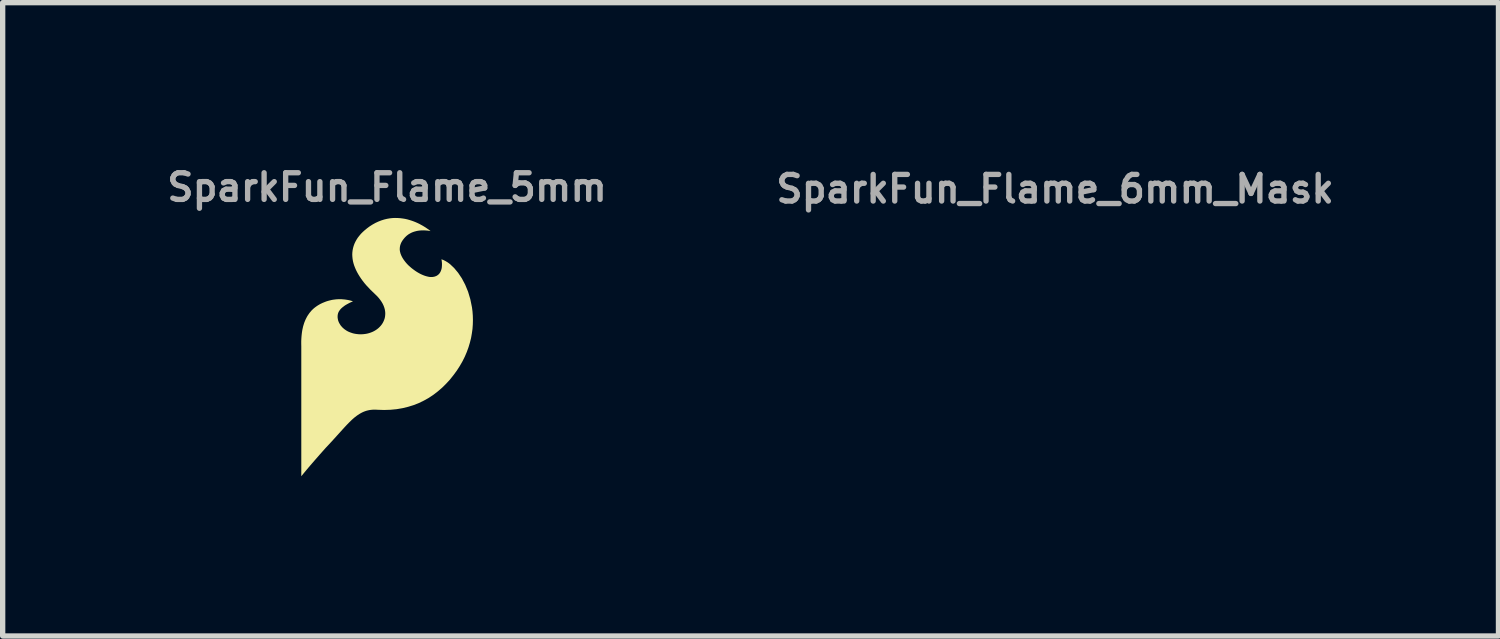
<source format=kicad_pcb>
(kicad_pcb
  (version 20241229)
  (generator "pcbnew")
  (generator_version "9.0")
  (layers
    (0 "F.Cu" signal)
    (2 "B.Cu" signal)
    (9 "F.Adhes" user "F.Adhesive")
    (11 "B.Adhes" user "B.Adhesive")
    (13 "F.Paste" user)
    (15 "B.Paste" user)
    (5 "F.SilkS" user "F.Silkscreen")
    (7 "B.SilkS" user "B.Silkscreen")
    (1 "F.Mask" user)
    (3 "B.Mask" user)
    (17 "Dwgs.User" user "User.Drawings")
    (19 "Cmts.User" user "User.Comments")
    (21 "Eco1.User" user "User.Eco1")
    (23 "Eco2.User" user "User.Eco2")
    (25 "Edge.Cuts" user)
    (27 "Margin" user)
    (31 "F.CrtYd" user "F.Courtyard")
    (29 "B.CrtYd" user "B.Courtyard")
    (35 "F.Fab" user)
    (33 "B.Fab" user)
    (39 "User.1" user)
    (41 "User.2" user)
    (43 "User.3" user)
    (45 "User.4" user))
  (footprint "SparkFun_Flame_6mm_Mask"
    (layer "F.Cu")
    (at 19.136 2.91)
    (property "Reference" "SparkFun_Flame_6mm_Mask" (at -2.372 -2.411 0) (layer "F.Fab") (effects (font (size 0.5 0.5) (thickness 0.1))))
    (attr board_only exclude_from_pos_files exclude_from_bom)
    (fp_poly (pts (xy 0.237 -2.909) (xy 0.294 -2.905) (xy 0.35 -2.899) (xy 0.404 -2.889) (xy 0.457 -2.877) (xy 0.508 -2.863) (xy 0.557 -2.848) (xy 0.604 -2.831) (xy 0.648 -2.813) (xy 0.691 -2.794) (xy 0.731 -2.774) (xy 0.803 -2.735) (xy 0.864 -2.698) (xy 0.914 -2.664) (xy 0.95 -2.638) (xy 0.98 -2.613) (xy 0.964 -2.617) (xy 0.919 -2.624) (xy 0.889 -2.627) (xy 0.853 -2.63) (xy 0.813 -2.631) (xy 0.77 -2.629) (xy 0.724 -2.625) (xy 0.677 -2.618) (xy 0.629 -2.607) (xy 0.605 -2.599) (xy 0.58 -2.591) (xy 0.556 -2.581) (xy 0.532 -2.569) (xy 0.509 -2.557) (xy 0.486 -2.542) (xy 0.463 -2.526) (xy 0.441 -2.509) (xy 0.42 -2.489) (xy 0.399 -2.468) (xy 0.374 -2.438) (xy 0.351 -2.408) (xy 0.332 -2.378) (xy 0.316 -2.347) (xy 0.309 -2.331) (xy 0.303 -2.315) (xy 0.298 -2.299) (xy 0.294 -2.283) (xy 0.29 -2.266) (xy 0.288 -2.249) (xy 0.286 -2.233) (xy 0.286 -2.216) (xy 0.286 -2.198) (xy 0.287 -2.181) (xy 0.29 -2.163) (xy 0.293 -2.145) (xy 0.297 -2.127) (xy 0.303 -2.109) (xy 0.309 -2.09) (xy 0.317 -2.072) (xy 0.325 -2.053) (xy 0.335 -2.033) (xy 0.346 -2.014) (xy 0.358 -1.994) (xy 0.371 -1.974) (xy 0.385 -1.954) (xy 0.417 -1.912) (xy 0.446 -1.879) (xy 0.479 -1.845) (xy 0.514 -1.812) (xy 0.552 -1.78) (xy 0.591 -1.749) (xy 0.632 -1.72) (xy 0.675 -1.692) (xy 0.718 -1.667) (xy 0.761 -1.645) (xy 0.805 -1.625) (xy 0.848 -1.608) (xy 0.89 -1.595) (xy 0.931 -1.585) (xy 0.951 -1.582) (xy 0.971 -1.58) (xy 0.99 -1.579) (xy 1.009 -1.579) (xy 1.027 -1.58) (xy 1.044 -1.582) (xy 1.068 -1.588) (xy 1.09 -1.595) (xy 1.11 -1.603) (xy 1.128 -1.613) (xy 1.144 -1.625) (xy 1.159 -1.637) (xy 1.172 -1.65) (xy 1.184 -1.665) (xy 1.194 -1.68) (xy 1.203 -1.696) (xy 1.211 -1.712) (xy 1.217 -1.729) (xy 1.223 -1.746) (xy 1.227 -1.764) (xy 1.231 -1.781) (xy 1.233 -1.799) (xy 1.237 -1.833) (xy 1.237 -1.866) (xy 1.236 -1.897) (xy 1.234 -1.924) (xy 1.231 -1.947) (xy 1.228 -1.964) (xy 1.225 -1.979) (xy 1.273 -1.961) (xy 1.322 -1.936) (xy 1.37 -1.906) (xy 1.418 -1.869) (xy 1.512 -1.781) (xy 1.602 -1.673) (xy 1.686 -1.547) (xy 1.761 -1.405) (xy 1.825 -1.248) (xy 1.876 -1.078) (xy 1.912 -0.898) (xy 1.924 -0.804) (xy 1.932 -0.708) (xy 1.934 -0.61) (xy 1.932 -0.51) (xy 1.924 -0.409) (xy 1.911 -0.307) (xy 1.892 -0.203) (xy 1.867 -0.099) (xy 1.835 0.005) (xy 1.797 0.11) (xy 1.751 0.215) (xy 1.699 0.32) (xy 1.639 0.425) (xy 1.572 0.529) (xy 1.495 0.634) (xy 1.414 0.734) (xy 1.329 0.828) (xy 1.239 0.916) (xy 1.144 0.999) (xy 1.045 1.074) (xy 0.941 1.143) (xy 0.832 1.205) (xy 0.719 1.26) (xy 0.6 1.306) (xy 0.477 1.345) (xy 0.349 1.376) (xy 0.215 1.399) (xy 0.077 1.412) (xy -0.067 1.417) (xy -0.215 1.412) (xy -0.255 1.41) (xy -0.293 1.41) (xy -0.329 1.411) (xy -0.365 1.415) (xy -0.4 1.42) (xy -0.433 1.427) (xy -0.466 1.436) (xy -0.498 1.446) (xy -0.529 1.458) (xy -0.56 1.472) (xy -0.59 1.488) (xy -0.62 1.505) (xy -0.678 1.543) (xy -0.735 1.588) (xy -0.793 1.638) (xy -0.851 1.694) (xy -0.91 1.755) (xy -0.971 1.82) (xy -1.247 2.125) (xy -1.383 2.272) (xy -1.511 2.414) (xy -1.627 2.547) (xy -1.729 2.666) (xy -1.814 2.766) (xy -1.878 2.843) (xy -1.933 2.91) (xy -1.933 -0.02) (xy -1.934 -0.078) (xy -1.934 -0.134) (xy -1.932 -0.188) (xy -1.929 -0.24) (xy -1.924 -0.29) (xy -1.917 -0.337) (xy -1.91 -0.383) (xy -1.901 -0.427) (xy -1.891 -0.469) (xy -1.879 -0.509) (xy -1.867 -0.547) (xy -1.853 -0.584) (xy -1.838 -0.619) (xy -1.822 -0.652) (xy -1.805 -0.683) (xy -1.787 -0.714) (xy -1.768 -0.742) (xy -1.748 -0.769) (xy -1.727 -0.795) (xy -1.706 -0.819) (xy -1.683 -0.842) (xy -1.66 -0.864) (xy -1.637 -0.884) (xy -1.612 -0.904) (xy -1.587 -0.922) (xy -1.561 -0.939) (xy -1.535 -0.954) (xy -1.508 -0.969) (xy -1.453 -0.996) (xy -1.397 -1.019) (xy -1.365 -1.031) (xy -1.334 -1.041) (xy -1.303 -1.049) (xy -1.272 -1.057) (xy -1.242 -1.063) (xy -1.212 -1.068) (xy -1.183 -1.072) (xy -1.155 -1.075) (xy -1.127 -1.077) (xy -1.1 -1.079) (xy -1.074 -1.079) (xy -1.048 -1.079) (xy -1.024 -1.078) (xy -1 -1.077) (xy -0.955 -1.073) (xy -0.914 -1.067) (xy -0.877 -1.06) (xy -0.845 -1.053) (xy -0.818 -1.046) (xy -0.797 -1.04) (xy -0.781 -1.035) (xy -0.768 -1.03) (xy -0.808 -1.014) (xy -0.851 -0.994) (xy -0.876 -0.981) (xy -0.903 -0.966) (xy -0.93 -0.95) (xy -0.957 -0.932) (xy -0.985 -0.913) (xy -1.011 -0.891) (xy -1.035 -0.869) (xy -1.046 -0.857) (xy -1.057 -0.845) (xy -1.067 -0.832) (xy -1.076 -0.819) (xy -1.085 -0.806) (xy -1.092 -0.792) (xy -1.099 -0.775) (xy -1.105 -0.758) (xy -1.11 -0.741) (xy -1.113 -0.723) (xy -1.115 -0.704) (xy -1.115 -0.686) (xy -1.115 -0.667) (xy -1.113 -0.647) (xy -1.109 -0.628) (xy -1.105 -0.609) (xy -1.099 -0.589) (xy -1.092 -0.57) (xy -1.083 -0.551) (xy -1.073 -0.532) (xy -1.062 -0.513) (xy -1.05 -0.495) (xy -1.036 -0.477) (xy -1.022 -0.459) (xy -1.005 -0.442) (xy -0.988 -0.425) (xy -0.969 -0.41) (xy -0.95 -0.394) (xy -0.928 -0.38) (xy -0.906 -0.366) (xy -0.882 -0.353) (xy -0.858 -0.342) (xy -0.831 -0.331) (xy -0.804 -0.321) (xy -0.776 -0.312) (xy -0.746 -0.305) (xy -0.715 -0.299) (xy -0.683 -0.294) (xy -0.635 -0.289) (xy -0.588 -0.288) (xy -0.542 -0.29) (xy -0.497 -0.295) (xy -0.454 -0.303) (xy -0.412 -0.313) (xy -0.371 -0.326) (xy -0.332 -0.342) (xy -0.294 -0.36) (xy -0.259 -0.381) (xy -0.226 -0.404) (xy -0.195 -0.428) (xy -0.166 -0.455) (xy -0.14 -0.484) (xy -0.117 -0.515) (xy -0.096 -0.547) (xy -0.079 -0.581) (xy -0.064 -0.616) (xy -0.053 -0.652) (xy -0.046 -0.69) (xy -0.041 -0.729) (xy -0.041 -0.769) (xy -0.044 -0.809) (xy -0.052 -0.851) (xy -0.064 -0.893) (xy -0.08 -0.935) (xy -0.1 -0.978) (xy -0.125 -1.021) (xy -0.155 -1.065) (xy -0.189 -1.109) (xy -0.229 -1.152) (xy -0.274 -1.196) (xy -0.375 -1.292) (xy -0.466 -1.39) (xy -0.508 -1.439) (xy -0.547 -1.489) (xy -0.584 -1.539) (xy -0.617 -1.589) (xy -0.648 -1.639) (xy -0.676 -1.689) (xy -0.701 -1.739) (xy -0.723 -1.789) (xy -0.741 -1.839) (xy -0.757 -1.889) (xy -0.769 -1.939) (xy -0.778 -1.988) (xy -0.783 -2.037) (xy -0.784 -2.086) (xy -0.782 -2.135) (xy -0.777 -2.183) (xy -0.767 -2.231) (xy -0.754 -2.279) (xy -0.737 -2.326) (xy -0.716 -2.372) (xy -0.69 -2.418) (xy -0.661 -2.464) (xy -0.627 -2.508) (xy -0.589 -2.552) (xy -0.546 -2.595) (xy -0.499 -2.638) (xy -0.448 -2.679) (xy -0.392 -2.72) (xy -0.326 -2.762) (xy -0.261 -2.798) (xy -0.196 -2.829) (xy -0.132 -2.854) (xy -0.068 -2.874) (xy -0.005 -2.89) (xy 0.057 -2.9) (xy 0.118 -2.907) (xy 0.178 -2.91)) (stroke (width -0.000001) (type solid)) (fill yes) (layer "F.Mask")))
  (footprint "SparkFun_Flame_5mm"
    (layer "F.Cu")
    (at 4.219 3.468)
    (property "Reference" "SparkFun_Flame_5mm" (at 0 -3 0) (layer "F.Fab") (effects (font (size 0.5 0.5) (thickness 0.1))))
    (attr board_only exclude_from_pos_files exclude_from_bom)
    (fp_poly (pts (xy 0.197 -2.424) (xy 0.245 -2.421) (xy 0.292 -2.415) (xy 0.337 -2.408) (xy 0.381 -2.398) (xy 0.423 -2.386) (xy 0.464 -2.373) (xy 0.503 -2.359) (xy 0.54 -2.344) (xy 0.576 -2.328) (xy 0.609 -2.312) (xy 0.669 -2.279) (xy 0.72 -2.248) (xy 0.761 -2.22) (xy 0.792 -2.198) (xy 0.817 -2.178) (xy 0.803 -2.181) (xy 0.766 -2.187) (xy 0.74 -2.189) (xy 0.711 -2.191) (xy 0.678 -2.192) (xy 0.642 -2.191) (xy 0.604 -2.188) (xy 0.564 -2.182) (xy 0.524 -2.172) (xy 0.504 -2.166) (xy 0.484 -2.159) (xy 0.464 -2.151) (xy 0.444 -2.141) (xy 0.424 -2.13) (xy 0.405 -2.119) (xy 0.386 -2.105) (xy 0.368 -2.091) (xy 0.35 -2.074) (xy 0.333 -2.057) (xy 0.312 -2.032) (xy 0.293 -2.007) (xy 0.277 -1.982) (xy 0.263 -1.956) (xy 0.258 -1.943) (xy 0.253 -1.929) (xy 0.248 -1.916) (xy 0.245 -1.902) (xy 0.242 -1.888) (xy 0.24 -1.875) (xy 0.239 -1.861) (xy 0.238 -1.846) (xy 0.238 -1.832) (xy 0.239 -1.817) (xy 0.241 -1.803) (xy 0.244 -1.788) (xy 0.248 -1.773) (xy 0.252 -1.757) (xy 0.258 -1.742) (xy 0.264 -1.726) (xy 0.271 -1.711) (xy 0.279 -1.695) (xy 0.288 -1.678) (xy 0.298 -1.662) (xy 0.309 -1.645) (xy 0.321 -1.628) (xy 0.347 -1.594) (xy 0.372 -1.565) (xy 0.399 -1.537) (xy 0.429 -1.51) (xy 0.46 -1.483) (xy 0.493 -1.458) (xy 0.527 -1.433) (xy 0.562 -1.41) (xy 0.598 -1.389) (xy 0.634 -1.37) (xy 0.67 -1.354) (xy 0.706 -1.34) (xy 0.742 -1.329) (xy 0.776 -1.321) (xy 0.793 -1.318) (xy 0.809 -1.316) (xy 0.825 -1.316) (xy 0.841 -1.316) (xy 0.856 -1.317) (xy 0.87 -1.319) (xy 0.89 -1.323) (xy 0.908 -1.329) (xy 0.925 -1.336) (xy 0.94 -1.344) (xy 0.953 -1.354) (xy 0.966 -1.364) (xy 0.977 -1.375) (xy 0.986 -1.387) (xy 0.995 -1.4) (xy 1.002 -1.413) (xy 1.009 -1.427) (xy 1.014 -1.441) (xy 1.019 -1.455) (xy 1.023 -1.47) (xy 1.026 -1.485) (xy 1.028 -1.499) (xy 1.03 -1.528) (xy 1.031 -1.555) (xy 1.03 -1.581) (xy 1.028 -1.603) (xy 1.026 -1.622) (xy 1.023 -1.637) (xy 1.021 -1.649) (xy 1.061 -1.634) (xy 1.101 -1.613) (xy 1.142 -1.588) (xy 1.182 -1.558) (xy 1.26 -1.484) (xy 1.335 -1.394) (xy 1.405 -1.289) (xy 1.467 -1.171) (xy 1.521 -1.04) (xy 1.563 -0.899) (xy 1.594 -0.748) (xy 1.604 -0.67) (xy 1.61 -0.59) (xy 1.612 -0.508) (xy 1.61 -0.425) (xy 1.604 -0.341) (xy 1.592 -0.256) (xy 1.577 -0.17) (xy 1.555 -0.083) (xy 1.529 0.004) (xy 1.497 0.092) (xy 1.46 0.179) (xy 1.416 0.267) (xy 1.366 0.354) (xy 1.31 0.441) (xy 1.246 0.528) (xy 1.179 0.612) (xy 1.107 0.69) (xy 1.032 0.764) (xy 0.953 0.832) (xy 0.871 0.895) (xy 0.784 0.953) (xy 0.693 1.004) (xy 0.599 1.05) (xy 0.5 1.089) (xy 0.397 1.121) (xy 0.29 1.147) (xy 0.179 1.166) (xy 0.064 1.177) (xy -0.056 1.181) (xy -0.179 1.177) (xy -0.212 1.175) (xy -0.244 1.175) (xy -0.275 1.176) (xy -0.304 1.179) (xy -0.333 1.183) (xy -0.361 1.189) (xy -0.388 1.196) (xy -0.415 1.205) (xy -0.441 1.215) (xy -0.467 1.227) (xy -0.492 1.24) (xy -0.516 1.254) (xy -0.565 1.286) (xy -0.613 1.323) (xy -0.661 1.365) (xy -0.709 1.412) (xy -0.758 1.462) (xy -0.809 1.517) (xy -1.039 1.771) (xy -1.153 1.893) (xy -1.259 2.012) (xy -1.356 2.123) (xy -1.441 2.221) (xy -1.512 2.305) (xy -1.565 2.369) (xy -1.611 2.425) (xy -1.611 -0.017) (xy -1.612 -0.065) (xy -1.612 -0.112) (xy -1.61 -0.157) (xy -1.607 -0.2) (xy -1.603 -0.241) (xy -1.598 -0.281) (xy -1.592 -0.319) (xy -1.584 -0.356) (xy -1.576 -0.391) (xy -1.566 -0.424) (xy -1.556 -0.456) (xy -1.544 -0.486) (xy -1.532 -0.515) (xy -1.518 -0.543) (xy -1.504 -0.57) (xy -1.489 -0.595) (xy -1.473 -0.618) (xy -1.457 -0.641) (xy -1.439 -0.662) (xy -1.422 -0.683) (xy -1.403 -0.702) (xy -1.384 -0.72) (xy -1.364 -0.737) (xy -1.343 -0.753) (xy -1.322 -0.768) (xy -1.301 -0.782) (xy -1.279 -0.795) (xy -1.257 -0.808) (xy -1.211 -0.83) (xy -1.164 -0.849) (xy -1.137 -0.859) (xy -1.111 -0.867) (xy -1.085 -0.874) (xy -1.06 -0.88) (xy -1.035 -0.886) (xy -1.01 -0.89) (xy -0.986 -0.893) (xy -0.963 -0.896) (xy -0.939 -0.898) (xy -0.917 -0.899) (xy -0.895 -0.899) (xy -0.874 -0.899) (xy -0.853 -0.899) (xy -0.833 -0.897) (xy -0.796 -0.894) (xy -0.762 -0.889) (xy -0.731 -0.884) (xy -0.704 -0.878) (xy -0.682 -0.872) (xy -0.664 -0.867) (xy -0.651 -0.862) (xy -0.64 -0.858) (xy -0.674 -0.845) (xy -0.709 -0.828) (xy -0.73 -0.817) (xy -0.752 -0.805) (xy -0.775 -0.792) (xy -0.798 -0.777) (xy -0.82 -0.76) (xy -0.842 -0.743) (xy -0.863 -0.724) (xy -0.872 -0.714) (xy -0.881 -0.704) (xy -0.889 -0.693) (xy -0.897 -0.682) (xy -0.904 -0.671) (xy -0.91 -0.66) (xy -0.916 -0.646) (xy -0.921 -0.632) (xy -0.925 -0.617) (xy -0.927 -0.602) (xy -0.929 -0.587) (xy -0.929 -0.571) (xy -0.929 -0.556) (xy -0.927 -0.54) (xy -0.924 -0.523) (xy -0.921 -0.507) (xy -0.916 -0.491) (xy -0.91 -0.475) (xy -0.903 -0.459) (xy -0.894 -0.443) (xy -0.885 -0.428) (xy -0.875 -0.412) (xy -0.864 -0.397) (xy -0.851 -0.383) (xy -0.838 -0.368) (xy -0.823 -0.355) (xy -0.808 -0.341) (xy -0.791 -0.329) (xy -0.774 -0.317) (xy -0.755 -0.305) (xy -0.735 -0.294) (xy -0.715 -0.285) (xy -0.693 -0.276) (xy -0.67 -0.268) (xy -0.646 -0.26) (xy -0.622 -0.254) (xy -0.596 -0.249) (xy -0.569 -0.245) (xy -0.529 -0.241) (xy -0.49 -0.24) (xy -0.452 -0.242) (xy -0.415 -0.246) (xy -0.378 -0.252) (xy -0.343 -0.261) (xy -0.309 -0.272) (xy -0.276 -0.285) (xy -0.245 -0.3) (xy -0.216 -0.317) (xy -0.188 -0.336) (xy -0.162 -0.357) (xy -0.139 -0.379) (xy -0.117 -0.403) (xy -0.097 -0.429) (xy -0.08 -0.456) (xy -0.066 -0.484) (xy -0.054 -0.513) (xy -0.044 -0.544) (xy -0.038 -0.575) (xy -0.035 -0.607) (xy -0.034 -0.64) (xy -0.037 -0.674) (xy -0.043 -0.709) (xy -0.053 -0.744) (xy -0.066 -0.779) (xy -0.083 -0.815) (xy -0.104 -0.851) (xy -0.129 -0.887) (xy -0.158 -0.924) (xy -0.191 -0.96) (xy -0.228 -0.996) (xy -0.312 -1.077) (xy -0.388 -1.158) (xy -0.423 -1.199) (xy -0.456 -1.241) (xy -0.486 -1.282) (xy -0.514 -1.324) (xy -0.54 -1.366) (xy -0.563 -1.407) (xy -0.584 -1.449) (xy -0.602 -1.491) (xy -0.618 -1.532) (xy -0.631 -1.574) (xy -0.641 -1.615) (xy -0.648 -1.657) (xy -0.652 -1.698) (xy -0.654 -1.739) (xy -0.652 -1.779) (xy -0.647 -1.82) (xy -0.639 -1.86) (xy -0.628 -1.899) (xy -0.614 -1.938) (xy -0.596 -1.977) (xy -0.575 -2.015) (xy -0.551 -2.053) (xy -0.522 -2.09) (xy -0.491 -2.127) (xy -0.455 -2.163) (xy -0.416 -2.198) (xy -0.373 -2.233) (xy -0.327 -2.267) (xy -0.272 -2.302) (xy -0.218 -2.332) (xy -0.164 -2.357) (xy -0.11 -2.378) (xy -0.057 -2.395) (xy -0.004 -2.408) (xy 0.047 -2.417) (xy 0.098 -2.423) (xy 0.148 -2.425)) (stroke (width -0.000001) (type solid)) (fill yes) (layer "F.SilkS")))
  (gr_rect
    (start -3 -3)
    (end 25.09 8.893)
    (stroke (width 0.1) (type default))
    (fill no)
    (layer "Edge.Cuts")))
</source>
